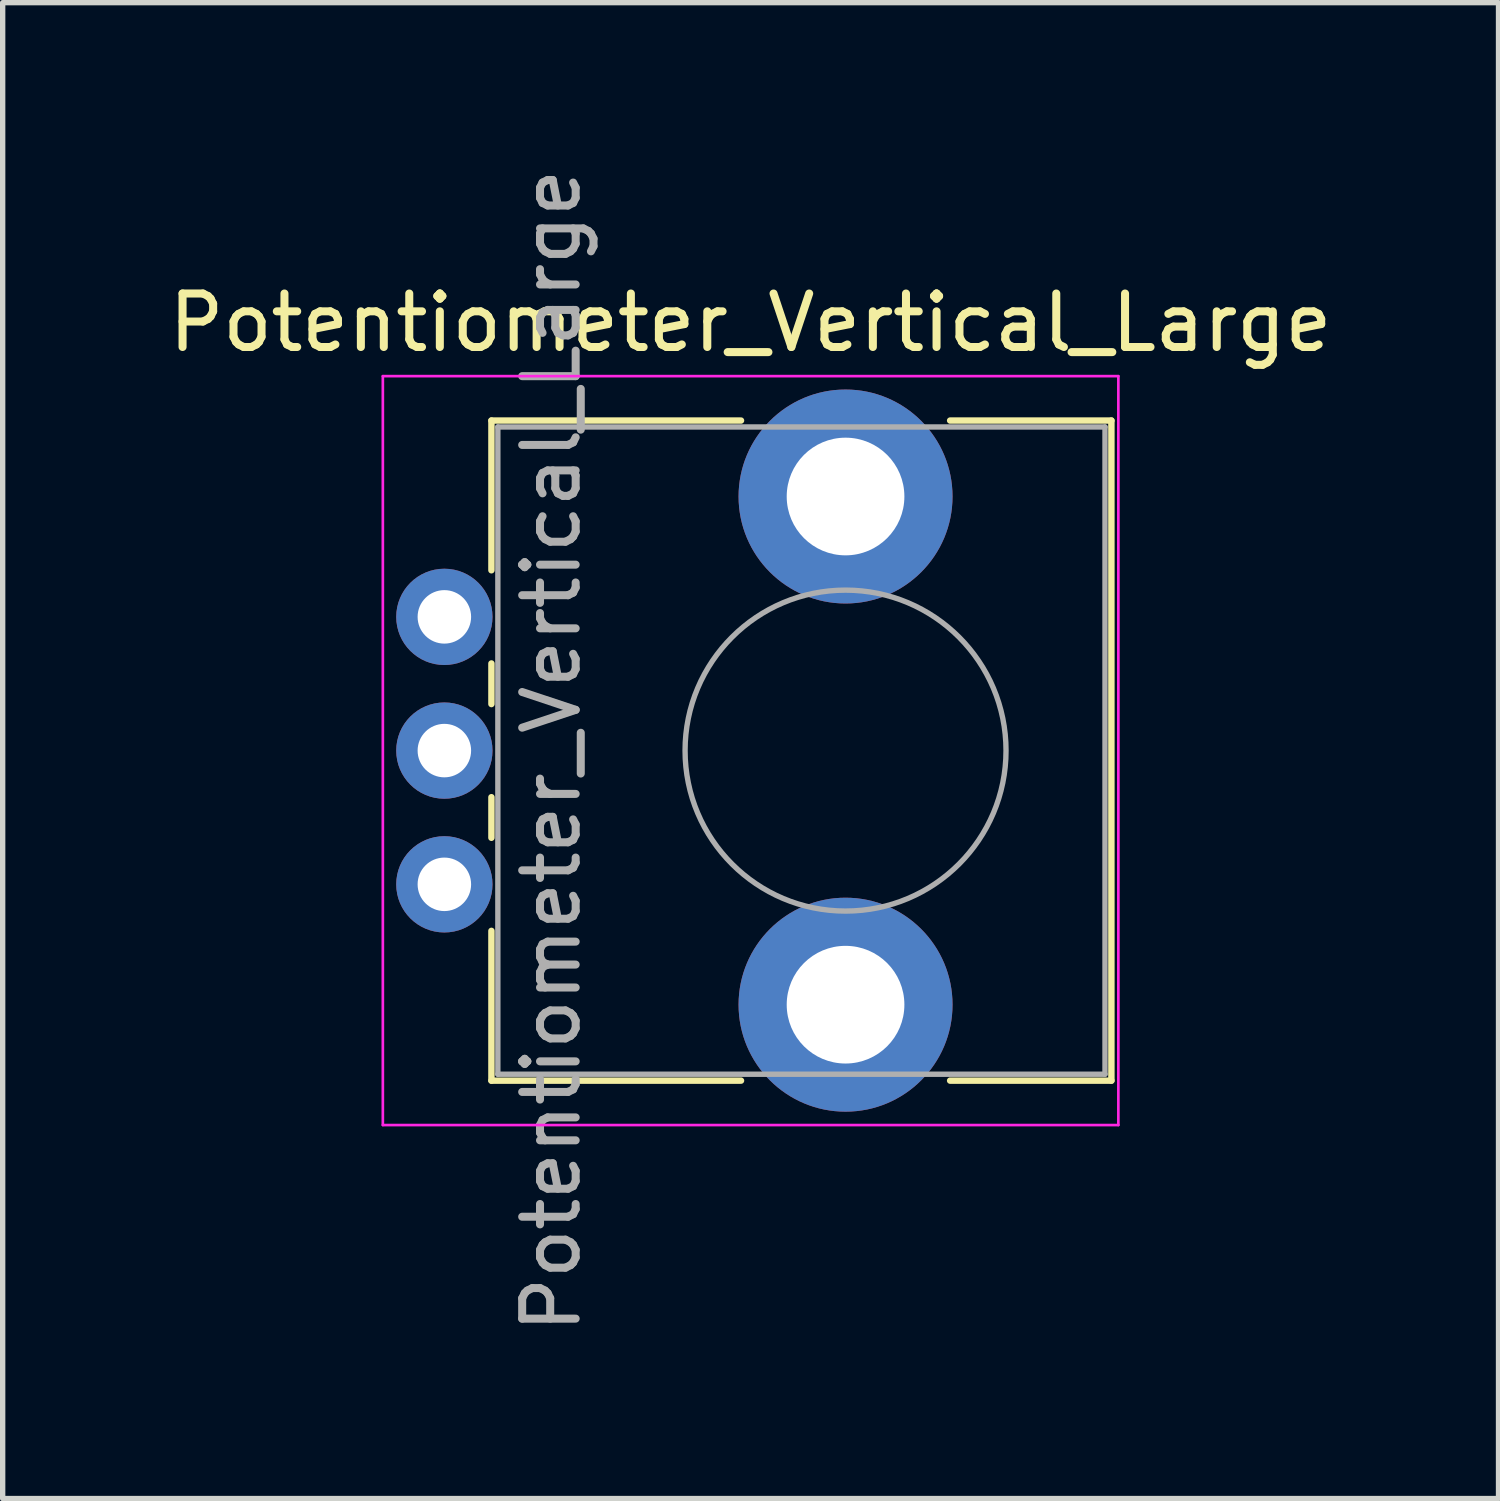
<source format=kicad_pcb>
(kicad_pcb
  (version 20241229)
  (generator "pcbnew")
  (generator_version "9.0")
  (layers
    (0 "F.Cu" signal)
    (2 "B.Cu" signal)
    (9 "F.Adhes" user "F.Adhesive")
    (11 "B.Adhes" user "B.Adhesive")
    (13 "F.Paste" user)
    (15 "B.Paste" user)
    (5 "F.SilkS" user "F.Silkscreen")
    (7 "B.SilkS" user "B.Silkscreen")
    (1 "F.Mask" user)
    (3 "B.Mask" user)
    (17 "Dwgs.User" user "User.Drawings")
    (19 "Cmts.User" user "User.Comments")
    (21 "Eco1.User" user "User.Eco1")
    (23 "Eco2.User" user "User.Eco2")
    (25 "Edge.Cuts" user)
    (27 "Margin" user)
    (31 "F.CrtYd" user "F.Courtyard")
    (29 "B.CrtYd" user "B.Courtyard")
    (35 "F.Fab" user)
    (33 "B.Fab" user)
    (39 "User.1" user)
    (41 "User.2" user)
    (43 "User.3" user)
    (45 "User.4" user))
  (footprint "Potentiometer_Vertical_Large"
    (layer "F.Cu")
    (at 5.257 13.482)
    (property "Reference" "Potentiometer_Vertical_Large" (at 5.725 -10.5 0) (layer "F.SilkS") (effects (font (size 1 1) (thickness 0.15))))
    (attr through_hole)
    (fp_line (start 0.88 -8.67) (end 0.88 -5.871) (stroke (width 0.12) (type solid)) (layer "F.SilkS"))
    (fp_line (start 0.88 -8.67) (end 5.546 -8.67) (stroke (width 0.12) (type solid)) (layer "F.SilkS"))
    (fp_line (start 0.88 -4.129) (end 0.88 -3.37) (stroke (width 0.12) (type solid)) (layer "F.SilkS"))
    (fp_line (start 0.88 -1.629) (end 0.88 -0.87) (stroke (width 0.12) (type solid)) (layer "F.SilkS"))
    (fp_line (start 0.88 0.87) (end 0.88 3.67) (stroke (width 0.12) (type solid)) (layer "F.SilkS"))
    (fp_line (start 0.88 3.67) (end 5.546 3.67) (stroke (width 0.12) (type solid)) (layer "F.SilkS"))
    (fp_line (start 9.455 -8.67) (end 12.47 -8.67) (stroke (width 0.12) (type solid)) (layer "F.SilkS"))
    (fp_line (start 9.455 3.67) (end 12.47 3.67) (stroke (width 0.12) (type solid)) (layer "F.SilkS"))
    (fp_line (start 12.47 -8.67) (end 12.47 3.67) (stroke (width 0.12) (type solid)) (layer "F.SilkS"))
    (fp_line (start -1.15 -9.5) (end -1.15 4.5) (stroke (width 0.05) (type solid)) (layer "F.CrtYd"))
    (fp_line (start -1.15 4.5) (end 12.6 4.5) (stroke (width 0.05) (type solid)) (layer "F.CrtYd"))
    (fp_line (start 12.6 -9.5) (end -1.15 -9.5) (stroke (width 0.05) (type solid)) (layer "F.CrtYd"))
    (fp_line (start 12.6 4.5) (end 12.6 -9.5) (stroke (width 0.05) (type solid)) (layer "F.CrtYd"))
    (fp_line (start 1 -8.55) (end 1 3.55) (stroke (width 0.1) (type solid)) (layer "F.Fab"))
    (fp_line (start 1 3.55) (end 12.35 3.55) (stroke (width 0.1) (type solid)) (layer "F.Fab"))
    (fp_line (start 12.35 -8.55) (end 1 -8.55) (stroke (width 0.1) (type solid)) (layer "F.Fab"))
    (fp_line (start 12.35 3.55) (end 12.35 -8.55) (stroke (width 0.1) (type solid)) (layer "F.Fab"))
    (fp_circle (center 7.5 -2.5) (end 10.5 -2.5) (stroke (width 0.1) (type solid)) (fill no) (layer "F.Fab"))
    (fp_text user "${REFERENCE}" (at 2 -2.5 90) (layer "F.Fab") (effects (font (size 1 1) (thickness 0.15))))
    (pad "" np_thru_hole circle (at 7.5 -7.25) (size 4 4) (drill 2.2) (layers "*.Cu" "*.Mask"))
    (pad "" np_thru_hole circle (at 7.5 2.25) (size 4 4) (drill 2.2) (layers "*.Cu" "*.Mask"))
    (pad "1" thru_hole circle (at 0 0) (size 1.8 1.8) (drill 1) (layers "*.Cu" "*.Mask"))
    (pad "2" thru_hole circle (at 0 -2.5) (size 1.8 1.8) (drill 1) (layers "*.Cu" "*.Mask"))
    (pad "3" thru_hole circle (at 0 -5) (size 1.8 1.8) (drill 1) (layers "*.Cu" "*.Mask")))
  (gr_rect
    (start -3 -3)
    (end 24.964 24.964)
    (stroke (width 0.1) (type default))
    (fill no)
    (layer "Edge.Cuts")))
</source>
